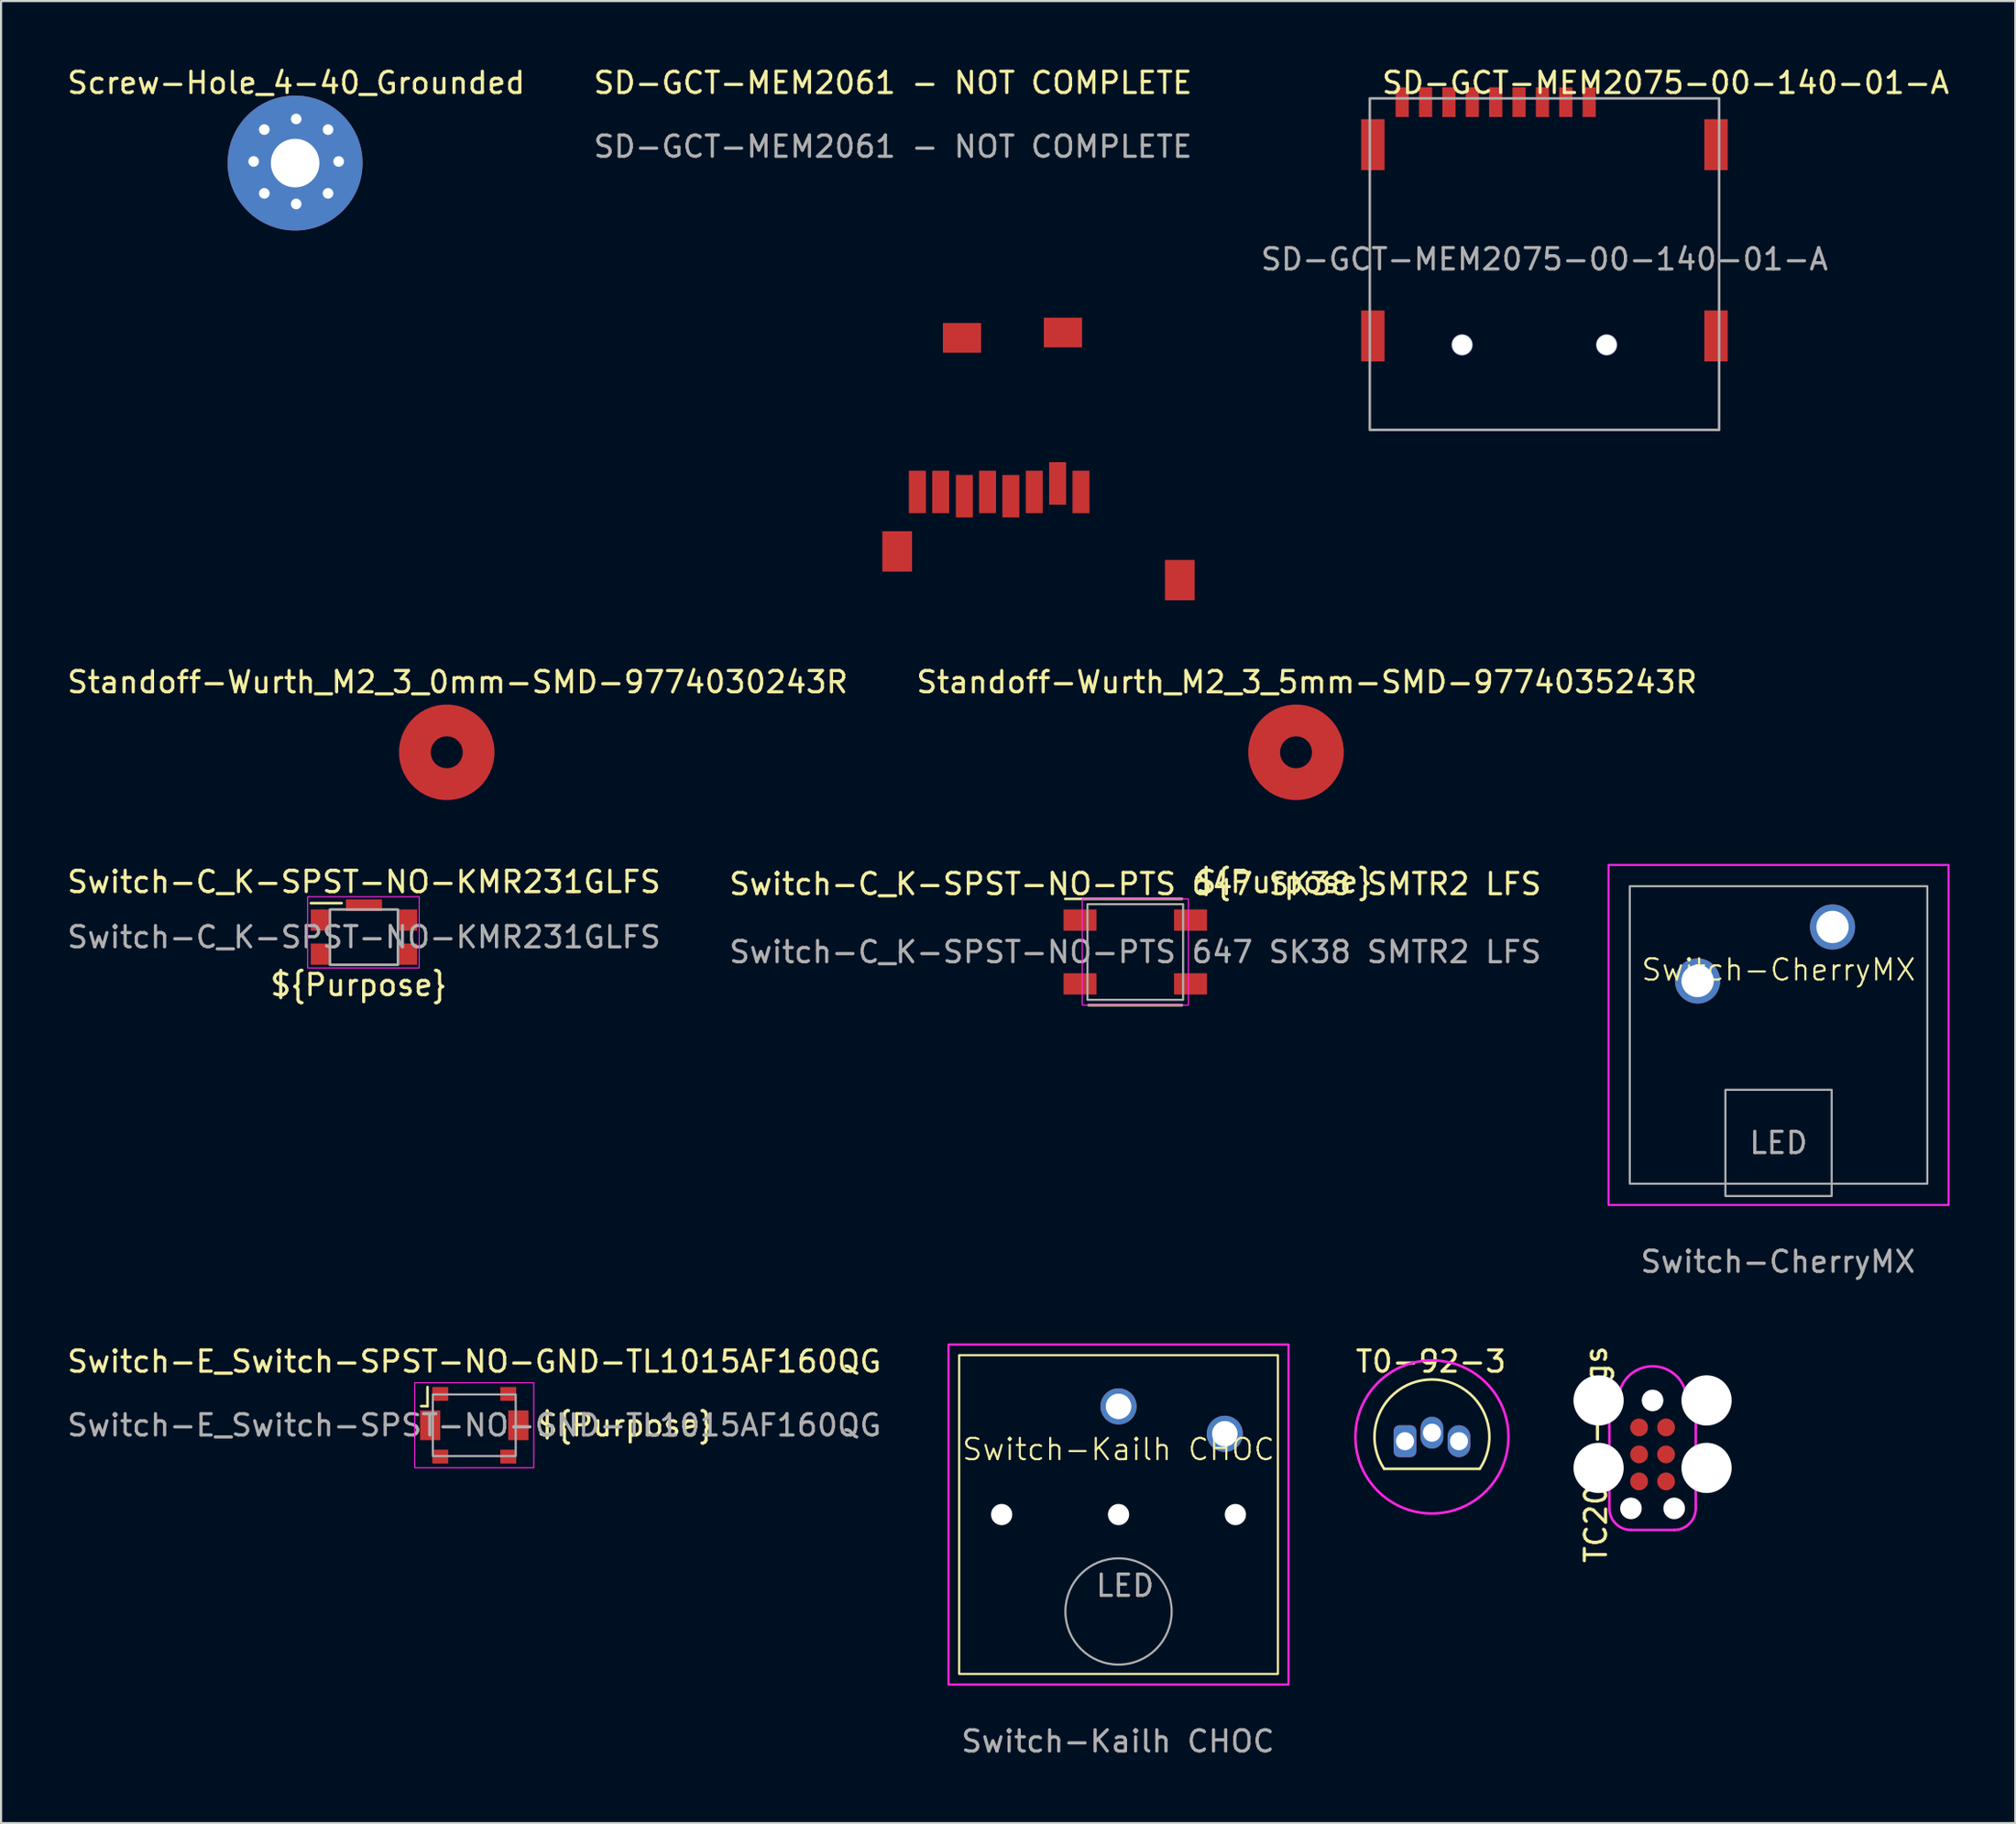
<source format=kicad_pcb>
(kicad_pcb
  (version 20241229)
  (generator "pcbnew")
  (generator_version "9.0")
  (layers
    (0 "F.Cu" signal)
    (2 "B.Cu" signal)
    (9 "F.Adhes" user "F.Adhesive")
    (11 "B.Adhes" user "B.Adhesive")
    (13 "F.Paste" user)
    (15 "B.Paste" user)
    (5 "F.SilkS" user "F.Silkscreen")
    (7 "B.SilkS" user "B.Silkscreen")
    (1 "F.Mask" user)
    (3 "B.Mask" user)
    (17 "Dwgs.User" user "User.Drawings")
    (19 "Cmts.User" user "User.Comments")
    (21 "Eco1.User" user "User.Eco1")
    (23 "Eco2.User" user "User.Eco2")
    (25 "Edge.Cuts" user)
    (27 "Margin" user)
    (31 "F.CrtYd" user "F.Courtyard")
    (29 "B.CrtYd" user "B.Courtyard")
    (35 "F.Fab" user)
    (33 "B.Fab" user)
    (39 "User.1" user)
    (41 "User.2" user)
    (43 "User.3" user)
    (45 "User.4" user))
  (footprint "Switch-E_Switch-SPST-NO-GND-TL1015AF160QG"
    (layer "F.Cu")
    (at 19.268 64.015)
    (property "Reference" "Switch-E_Switch-SPST-NO-GND-TL1015AF160QG" (at 0 -3 0) (unlocked yes) (layer "F.SilkS") (effects (font (size 1 1) (thickness 0.15))))
    (attr smd)
    (fp_line (start -2.2 -1.8) (end -2.2 -0.9) (stroke (width 0.12) (type solid)) (layer "F.SilkS"))
    (fp_line (start -2.2 -0.9) (end -2.5 -0.9) (stroke (width 0.12) (type solid)) (layer "F.SilkS"))
    (fp_rect (start -2.8 -2) (end 2.8 2) (stroke (width 0.05) (type solid)) (fill no) (layer "F.CrtYd"))
    (fp_rect (start -1.95 -1.45) (end 1.95 1.45) (stroke (width 0.1) (type solid)) (fill no) (layer "F.Fab"))
    (fp_text user "${Purpose}" (at 7.1 0 0) (unlocked yes) (layer "F.SilkS") (effects (font (size 1 1) (thickness 0.15))))
    (fp_text user "${REFERENCE}" (at 0 0 0) (unlocked yes) (layer "F.Fab") (effects (font (size 1 1) (thickness 0.15))))
    (pad "1" smd rect (at -2.075 0) (size 0.95 1.4) (layers "F.Cu" "F.Mask" "F.Paste"))
    (pad "2" smd rect (at 2.075 0) (size 0.95 1.4) (layers "F.Cu" "F.Mask" "F.Paste"))
    (pad "G" smd rect (at -1.6 -1.475) (size 0.75 0.65) (layers "F.Cu" "F.Mask" "F.Paste"))
    (pad "G" smd rect (at -1.6 1.475) (size 0.75 0.65) (layers "F.Cu" "F.Mask" "F.Paste"))
    (pad "G" smd rect (at 1.6 -1.475) (size 0.75 0.65) (layers "F.Cu" "F.Mask" "F.Paste"))
    (pad "G" smd rect (at 1.6 1.475) (size 0.75 0.65) (layers "F.Cu" "F.Mask" "F.Paste")))
  (footprint "Switch-Kailh CHOC"
    (layer "F.Cu")
    (at 49.586 68.217)
    (property "Reference" "Switch-Kailh CHOC" (at 0 -2.48 0) (unlocked yes) (layer "F.SilkS") (effects (font (size 1 1) (thickness 0.1)) (justify bottom)))
    (attr through_hole)
    (fp_rect (start -7.5 -7.5) (end 7.5 7.5) (stroke (width 0.1) (type default)) (fill no) (layer "F.SilkS"))
    (fp_rect (start -8 -8) (end 8 8) (stroke (width 0.1) (type default)) (fill no) (layer "F.CrtYd"))
    (fp_circle (center 0 4.56) (end 2.5 4.56) (stroke (width 0.1) (type default)) (fill no) (layer "F.Fab"))
    (fp_text user "LED" (at -1.15 3.93 0) (unlocked yes) (layer "F.Fab") (effects (font (size 1 1) (thickness 0.15)) (justify left bottom)))
    (fp_text user "${REFERENCE}" (at -0.03 10.67 0) (unlocked yes) (layer "F.Fab") (effects (font (size 1 1) (thickness 0.15))))
    (pad "" np_thru_hole circle (at -5.5 0) (size 1 1) (drill 1.9) (layers "*.Cu" "*.Mask"))
    (pad "" np_thru_hole circle (at 0 0) (size 1 1) (drill 3.4) (layers "*.Cu" "*.Mask"))
    (pad "" np_thru_hole circle (at 5.5 0) (size 1 1) (drill 1.9) (layers "*.Cu" "*.Mask"))
    (pad "1" thru_hole circle (at 5 -3.8) (size 1.7 1.7) (drill 1.2) (layers "*.Cu" "*.Mask"))
    (pad "2" thru_hole circle (at 0 -5.09) (size 1.7 1.7) (drill 1.2) (layers "*.Cu" "*.Mask")))
  (footprint "Standoff-Wurth_M2_3_0mm-SMD-9774030243R"
    (layer "F.Cu")
    (at 17.974 32.349)
    (property "Reference" "Standoff-Wurth_M2_3_0mm-SMD-9774030243R" (at 0.508 -3.302 0) (unlocked yes) (layer "F.SilkS") (effects (font (size 1 1) (thickness 0.15))))
    (attr smd)
    (pad "1" smd custom (at 0 -1.5) (size 1 1) (layers "F.Cu" "F.Mask" "F.Paste") (options (anchor circle)) (primitives (gr_circle (center 0 1.5) (end 1.5 1.5) (width 1.5) (fill no)))))
  (footprint "TC2030-Legs"
    (layer "F.Cu")
    (at 74.717 65.387)
    (property "Reference" "TC2030-Legs" (at -2.667 0 90) (layer "F.SilkS") (effects (font (size 1 1) (thickness 0.15))))
    (attr smd)
    (fp_line (start -2.032 2.54) (end -2.032 -1.27) (stroke (width 0.12) (type solid)) (layer "F.CrtYd"))
    (fp_line (start -1.524 -3.048) (end -1.889 -2.16) (stroke (width 0.12) (type solid)) (layer "F.CrtYd"))
    (fp_line (start 1.016 3.556) (end -1.016 3.556) (stroke (width 0.12) (type solid)) (layer "F.CrtYd"))
    (fp_line (start 1.524 -3.048) (end 1.882 -2.159) (stroke (width 0.12) (type solid)) (layer "F.CrtYd"))
    (fp_line (start 2.032 2.54) (end 2.032 -1.27) (stroke (width 0.12) (type solid)) (layer "F.CrtYd"))
    (fp_arc (start -2.032 -1.27) (mid -2.010101 -1.722928) (end -1.889248 -2.159984) (stroke (width 0.12) (type solid)) (layer "F.CrtYd"))
    (fp_arc (start -1.523999 -3.048) (mid 0 -4.146436) (end 1.523999 -3.047999) (stroke (width 0.12) (type solid)) (layer "F.CrtYd"))
    (fp_arc (start -1.016 3.556) (mid -1.73442 3.25842) (end -2.032 2.54) (stroke (width 0.12) (type solid)) (layer "F.CrtYd"))
    (fp_arc (start 1.872394 -2.196558) (mid 2.006415 -1.742618) (end 2.032 -1.27) (stroke (width 0.12) (type solid)) (layer "F.CrtYd"))
    (fp_arc (start 2.032 2.54) (mid 1.73442 3.25842) (end 1.016 3.556) (stroke (width 0.12) (type solid)) (layer "F.CrtYd"))
    (pad "" np_thru_hole circle (at -2.54 -2.54) (size 2.362 2.362) (drill 2.362) (layers "*.Cu" "*.Mask"))
    (pad "" np_thru_hole circle (at -2.54 0.635) (size 2.362 2.362) (drill 2.362) (layers "*.Cu" "*.Mask"))
    (pad "" np_thru_hole circle (at -1.016 2.54) (size 1.016 1.016) (drill 1.016) (layers "*.Cu" "*.Mask"))
    (pad "" np_thru_hole circle (at 0 -2.54) (size 1.016 1.016) (drill 1.016) (layers "*.Cu" "*.Mask"))
    (pad "" np_thru_hole circle (at 1.016 2.54) (size 1.016 1.016) (drill 1.016) (layers "*.Cu" "*.Mask"))
    (pad "" np_thru_hole circle (at 2.54 -2.54) (size 2.362 2.362) (drill 2.362) (layers "*.Cu" "*.Mask"))
    (pad "" np_thru_hole circle (at 2.54 0.635) (size 2.362 2.362) (drill 2.362) (layers "*.Cu" "*.Mask"))
    (pad "1" smd circle (at -0.635 -1.27) (size 0.838 0.838) (layers "F.Cu" "F.Mask"))
    (pad "2" smd circle (at 0.635 -1.27) (size 0.838 0.838) (layers "F.Cu" "F.Mask"))
    (pad "3" smd circle (at -0.635 0) (size 0.838 0.838) (layers "F.Cu" "F.Mask"))
    (pad "4" smd circle (at 0.635 0) (size 0.838 0.838) (layers "F.Cu" "F.Mask"))
    (pad "5" smd circle (at -0.635 1.27) (size 0.838 0.838) (layers "F.Cu" "F.Mask"))
    (pad "6" smd circle (at 0.635 1.27) (size 0.838 0.838) (layers "F.Cu" "F.Mask")))
  (footprint "Switch-C_K-SPST-NO-KMR231GLFS"
    (layer "F.Cu")
    (at 14.077 41.047)
    (property "Reference" "Switch-C_K-SPST-NO-KMR231GLFS" (at 0 -2.6 0) (unlocked yes) (layer "F.SilkS") (effects (font (size 1 1) (thickness 0.15))))
    (attr smd)
    (fp_line (start -1.05 -1.6) (end -2.5 -1.6) (stroke (width 0.12) (type solid)) (layer "F.SilkS"))
    (fp_rect (start 2.6 1.45) (end -2.65 -1.9) (stroke (width 0.05) (type solid)) (fill no) (layer "F.CrtYd"))
    (fp_rect (start -1.6 -1.3) (end 1.6 1.3) (stroke (width 0.12) (type solid)) (fill no) (layer "F.Fab"))
    (fp_text user "${Purpose}" (at -0.25 2.25 0) (unlocked yes) (layer "F.SilkS") (effects (font (size 1 1) (thickness 0.15))))
    (fp_text user "${REFERENCE}" (at 0 0 0) (unlocked yes) (layer "F.Fab") (effects (font (size 1 1) (thickness 0.15))))
    (pad "1" smd rect (at -2.05 -0.8) (size 0.9 1) (layers "F.Cu" "F.Mask" "F.Paste"))
    (pad "2" smd rect (at -2.05 0.8) (size 0.9 1) (layers "F.Cu" "F.Mask" "F.Paste"))
    (pad "3" smd rect (at 2.05 0.8) (size 0.9 1) (layers "F.Cu" "F.Mask" "F.Paste"))
    (pad "4" smd rect (at 2.05 -0.8) (size 0.9 1) (layers "F.Cu" "F.Mask" "F.Paste"))
    (pad "G" smd rect (at 0 -1.5) (size 1.7 0.55) (layers "F.Cu" "F.Mask" "F.Paste")))
  (footprint "Switch-C_K-SPST-NO-PTS 647 SK38 SMTR2 LFS"
    (layer "F.Cu")
    (at 50.375 41.747)
    (property "Reference" "Switch-C_K-SPST-NO-PTS 647 SK38 SMTR2 LFS" (at 0 -3.2 0) (unlocked yes) (layer "F.SilkS") (effects (font (size 1 1) (thickness 0.15))))
    (attr smd)
    (fp_line (start 2.2 -2.5) (end -3.3 -2.5) (stroke (width 0.12) (type solid)) (layer "F.SilkS"))
    (fp_line (start 2.2 2.5) (end -2.2 2.5) (stroke (width 0.12) (type solid)) (layer "F.SilkS"))
    (fp_rect (start -2.5 -2.5) (end 2.5 2.5) (stroke (width 0.05) (type solid)) (fill no) (layer "F.CrtYd"))
    (fp_rect (start -2.25 -2.25) (end 2.25 2.25) (stroke (width 0.1) (type solid)) (fill no) (layer "F.Fab"))
    (fp_text user "${Purpose}" (at 7 -3.3 0) (unlocked yes) (layer "F.SilkS") (effects (font (size 1 1) (thickness 0.15))))
    (fp_text user "${REFERENCE}" (at 0 0 0) (unlocked yes) (layer "F.Fab") (effects (font (size 1 1) (thickness 0.15))))
    (pad "1" smd rect (at -2.6 -1.5) (size 1.55 1) (layers "F.Cu" "F.Mask" "F.Paste"))
    (pad "2" smd rect (at 2.6 -1.5) (size 1.55 1) (layers "F.Cu" "F.Mask" "F.Paste"))
    (pad "3" smd rect (at -2.6 1.5) (size 1.55 1) (layers "F.Cu" "F.Mask" "F.Paste"))
    (pad "4" smd rect (at 2.6 1.5) (size 1.55 1) (layers "F.Cu" "F.Mask" "F.Paste")))
  (footprint "Screw-Hole_4-40_Grounded"
    (layer "F.Cu")
    (at 10.887 4.548)
    (property "Reference" "Screw-Hole_4-40_Grounded" (at 0 -3.7 0) (layer "F.SilkS") (effects (font (size 1 1) (thickness 0.15))))
    (attr through_hole)
    (pad "1" thru_hole circle (at -2 0) (size 1.1 1.1) (drill 0.5) (layers "*.Cu" "*.Mask"))
    (pad "1" thru_hole circle (at -1.5 -1.5) (size 1.1 1.1) (drill 0.5) (layers "*.Cu" "*.Mask"))
    (pad "1" thru_hole circle (at -1.5 1.5) (size 1.1 1.1) (drill 0.5) (layers "*.Cu" "*.Mask"))
    (pad "1" thru_hole circle (at -0.05 0.075) (size 6.35 6.35) (drill 2.286) (layers "*.Cu" "*.Mask"))
    (pad "1" thru_hole circle (at 0 -2) (size 1.1 1.1) (drill 0.5) (layers "*.Cu" "*.Mask"))
    (pad "1" thru_hole circle (at 0 2) (size 1.1 1.1) (drill 0.5) (layers "*.Cu" "*.Mask"))
    (pad "1" thru_hole circle (at 1.5 -1.5) (size 1.1 1.1) (drill 0.5) (layers "*.Cu" "*.Mask"))
    (pad "1" thru_hole circle (at 1.5 1.5) (size 1.1 1.1) (drill 0.5) (layers "*.Cu" "*.Mask"))
    (pad "1" thru_hole circle (at 2 0) (size 1.1 1.1) (drill 0.5) (layers "*.Cu" "*.Mask")))
  (footprint "Switch-CherryMX"
    (layer "F.Cu")
    (at 80.645 45.649)
    (property "Reference" "Switch-CherryMX" (at 0 -2.48 0) (unlocked yes) (layer "F.SilkS") (effects (font (size 1 1) (thickness 0.1)) (justify bottom)))
    (attr through_hole)
    (fp_rect (start -8 -8) (end 8 8) (stroke (width 0.1) (type default)) (fill no) (layer "F.CrtYd"))
    (fp_rect (start -7 -7) (end 7 7) (stroke (width 0.1) (type default)) (fill no) (layer "F.Fab"))
    (fp_rect (start -2.5 7.58) (end 2.5 2.58) (stroke (width 0.1) (type default)) (fill no) (layer "F.Fab"))
    (fp_text user "${REFERENCE}" (at -0.03 10.67 0) (unlocked yes) (layer "F.Fab") (effects (font (size 1 1) (thickness 0.15))))
    (fp_text user "LED" (at 0 5.08 0) (unlocked yes) (layer "F.Fab") (effects (font (size 1 1) (thickness 0.15))))
    (pad "" np_thru_hole circle (at -5.08 0) (size 0.01 0.01) (drill 1.72) (layers "*.Cu" "*.Mask"))
    (pad "" np_thru_hole circle (at 0 0) (size 0.01 0.01) (drill 4) (layers "*.Cu" "*.Mask"))
    (pad "" np_thru_hole circle (at 5.08 0) (size 0.01 0.01) (drill 1.72) (layers "*.Cu" "*.Mask"))
    (pad "1" thru_hole circle (at -3.81 -2.54) (size 2.125 2.125) (drill 1.52) (layers "*.Cu" "*.Mask"))
    (pad "2" thru_hole circle (at 2.54 -5.08) (size 2.125 2.125) (drill 1.52) (layers "*.Cu" "*.Mask")))
  (footprint "T0-92-3"
    (layer "F.Cu")
    (at 64.335 64.965)
    (property "Reference" "T0-92-3" (at -0.05 -3.95 0) (layer "F.SilkS") (effects (font (size 1 1) (thickness 0.15))))
    (attr through_hole)
    (fp_line (start 2.25 1.1) (end -2.25 1.1) (stroke (width 0.12) (type solid)) (layer "F.SilkS"))
    (fp_arc (start -2.25 1.1) (mid 0 -3.104163) (end 2.25 1.1) (stroke (width 0.12) (type solid)) (layer "F.SilkS"))
    (fp_circle (center 0 -0.4) (end 3.5 0.45) (stroke (width 0.12) (type solid)) (fill no) (layer "F.CrtYd"))
    (pad "1" thru_hole roundrect (at -1.27 -0.2) (size 1.07 1.5) (drill 0.85) (layers "*.Cu" "*.Mask") (roundrect_rratio 0.25))
    (pad "2" thru_hole oval (at 0 -0.6) (size 1.07 1.5) (drill 0.85) (layers "*.Cu" "*.Mask"))
    (pad "3" thru_hole oval (at 1.27 -0.2) (size 1.07 1.5) (drill 0.85) (layers "*.Cu" "*.Mask")))
  (footprint "SD-GCT-MEM2061 - NOT COMPLETE"
    (layer "F.Cu")
    (at 43.97 20.098)
    (property "Reference" "SD-GCT-MEM2061 - NOT COMPLETE" (at -5 -19.25 0) (unlocked yes) (layer "F.SilkS") (effects (font (size 1 1) (thickness 0.15))))
    (attr smd)
    (fp_text user "${REFERENCE}" (at -5 -16.25 0) (unlocked yes) (layer "F.Fab") (effects (font (size 1 1) (thickness 0.15))))
    (pad "1" smd rect (at 3.85 0) (size 0.8 2) (layers "F.Cu" "F.Mask" "F.Paste"))
    (pad "2" smd rect (at 2.75 -0.4) (size 0.8 2) (layers "F.Cu" "F.Mask" "F.Paste"))
    (pad "3" smd rect (at 1.65 0) (size 0.8 2) (layers "F.Cu" "F.Mask" "F.Paste"))
    (pad "4" smd rect (at 0.55 0.2) (size 0.8 2) (layers "F.Cu" "F.Mask" "F.Paste"))
    (pad "5" smd rect (at -0.55 0) (size 0.8 2) (layers "F.Cu" "F.Mask" "F.Paste"))
    (pad "6" smd rect (at -1.64 0.2) (size 0.8 2) (layers "F.Cu" "F.Mask" "F.Paste"))
    (pad "7" smd rect (at -2.75 0) (size 0.8 2) (layers "F.Cu" "F.Mask" "F.Paste"))
    (pad "8" smd rect (at -3.85 0) (size 0.8 2) (layers "F.Cu" "F.Mask" "F.Paste"))
    (pad "CD" smd rect (at -1.75 -7.25) (size 1.8 1.4) (layers "F.Cu" "F.Mask" "F.Paste"))
    (pad "CD" smd rect (at 3 -7.5) (size 1.8 1.4) (layers "F.Cu" "F.Mask" "F.Paste"))
    (pad "MT" smd rect (at -4.8 2.8) (size 1.4 1.9) (layers "F.Cu" "F.Mask" "F.Paste"))
    (pad "MT" smd rect (at 8.5 4.15) (size 1.4 1.9) (layers "F.Cu" "F.Mask" "F.Paste")))
  (footprint "SD-GCT-MEM2075-00-140-01-A"
    (layer "F.Cu")
    (at 69.629 9.148)
    (property "Reference" "SD-GCT-MEM2075-00-140-01-A" (at 5.7 -8.3 0) (unlocked yes) (layer "F.SilkS") (effects (font (size 1 1) (thickness 0.15))))
    (attr smd)
    (fp_rect (start 8.22 -7.57) (end -8.22 8.03) (stroke (width 0.12) (type solid)) (fill no) (layer "F.Fab"))
    (fp_line (start -5.5 9.53) (end -5.5 8.1) (stroke (width 0.12) (type solid)) (layer "User.1"))
    (fp_line (start -5.5 9.53) (end 5.5 9.53) (stroke (width 0.12) (type solid)) (layer "User.1"))
    (fp_line (start 4 8.03) (end -4.2 8.03) (stroke (width 0.12) (type solid)) (layer "User.1"))
    (fp_line (start 5.5 9.53) (end 5.5 8.1) (stroke (width 0.12) (type solid)) (layer "User.1"))
    (fp_rect (start -7.5 -4.2) (end 2.7 0.8) (stroke (width 0.12) (type solid)) (fill no) (layer "User.1"))
    (fp_text user "${REFERENCE}" (at 0 0 0) (unlocked yes) (layer "F.Fab") (effects (font (size 1 1) (thickness 0.15))))
    (pad "" np_thru_hole circle (at -3.875 4.03) (size 1 1) (drill 0.95) (layers "*.Cu" "*.Mask"))
    (pad "" np_thru_hole circle (at 2.925 4.03) (size 1 1) (drill 0.95) (layers "*.Cu" "*.Mask"))
    (pad "1" smd rect (at 2.105 -7.39) (size 0.62 1.4) (layers "F.Cu" "F.Mask" "F.Paste"))
    (pad "2" smd rect (at 1.005 -7.39) (size 0.62 1.4) (layers "F.Cu" "F.Mask" "F.Paste"))
    (pad "3" smd rect (at -0.095 -7.39) (size 0.62 1.4) (layers "F.Cu" "F.Mask" "F.Paste"))
    (pad "4" smd rect (at -1.195 -7.39) (size 0.62 1.4) (layers "F.Cu" "F.Mask" "F.Paste"))
    (pad "5" smd rect (at -2.295 -7.39) (size 0.62 1.4) (layers "F.Cu" "F.Mask" "F.Paste"))
    (pad "6" smd rect (at -3.395 -7.39) (size 0.62 1.4) (layers "F.Cu" "F.Mask" "F.Paste"))
    (pad "7" smd rect (at -4.495 -7.39) (size 0.62 1.4) (layers "F.Cu" "F.Mask" "F.Paste"))
    (pad "8" smd rect (at -5.595 -7.39) (size 0.62 1.4) (layers "F.Cu" "F.Mask" "F.Paste"))
    (pad "CD" smd rect (at -6.695 -7.39) (size 0.62 1.4) (layers "F.Cu" "F.Mask" "F.Paste"))
    (pad "MT" smd rect (at -8.075 -5.39) (size 1.1 2.4) (layers "F.Cu" "F.Mask" "F.Paste"))
    (pad "MT" smd rect (at -8.075 3.61) (size 1.1 2.4) (layers "F.Cu" "F.Mask" "F.Paste"))
    (pad "MT" smd rect (at 8.075 -5.39) (size 1.1 2.4) (layers "F.Cu" "F.Mask" "F.Paste"))
    (pad "MT" smd rect (at 8.075 3.61) (size 1.1 2.4) (layers "F.Cu" "F.Mask" "F.Paste"))
    (zone (net_name "") (layer "User.1") (name "Keepout") (hatch edge 0.508) (connect_pads) (min_thickness 0.254) (filled_areas_thickness no) (keepout (tracks not_allowed) (vias not_allowed) (pads not_allowed) (copperpour allowed) (footprints not_allowed)) (placement (enabled no)) (fill) (polygon (pts (xy 62.129 4.948) (xy 72.329 4.948) (xy 72.329 9.948) (xy 62.129 9.948)))))
  (footprint "Standoff-Wurth_M2_3_5mm-SMD-9774035243R"
    (layer "F.Cu")
    (at 57.938 32.349)
    (property "Reference" "Standoff-Wurth_M2_3_5mm-SMD-9774035243R" (at 0.508 -3.302 0) (unlocked yes) (layer "F.SilkS") (effects (font (size 1 1) (thickness 0.15))))
    (attr smd)
    (pad "1" smd custom (at 0 -1.5) (size 1 1) (layers "F.Cu" "F.Mask" "F.Paste") (options (anchor circle)) (primitives (gr_circle (center 0 1.5) (end 1.5 1.5) (width 1.5) (fill no)))))
  (gr_rect
    (start -3 -3)
    (end 91.787 82.735)
    (stroke (width 0.1) (type default))
    (fill no)
    (layer "Edge.Cuts")))
</source>
